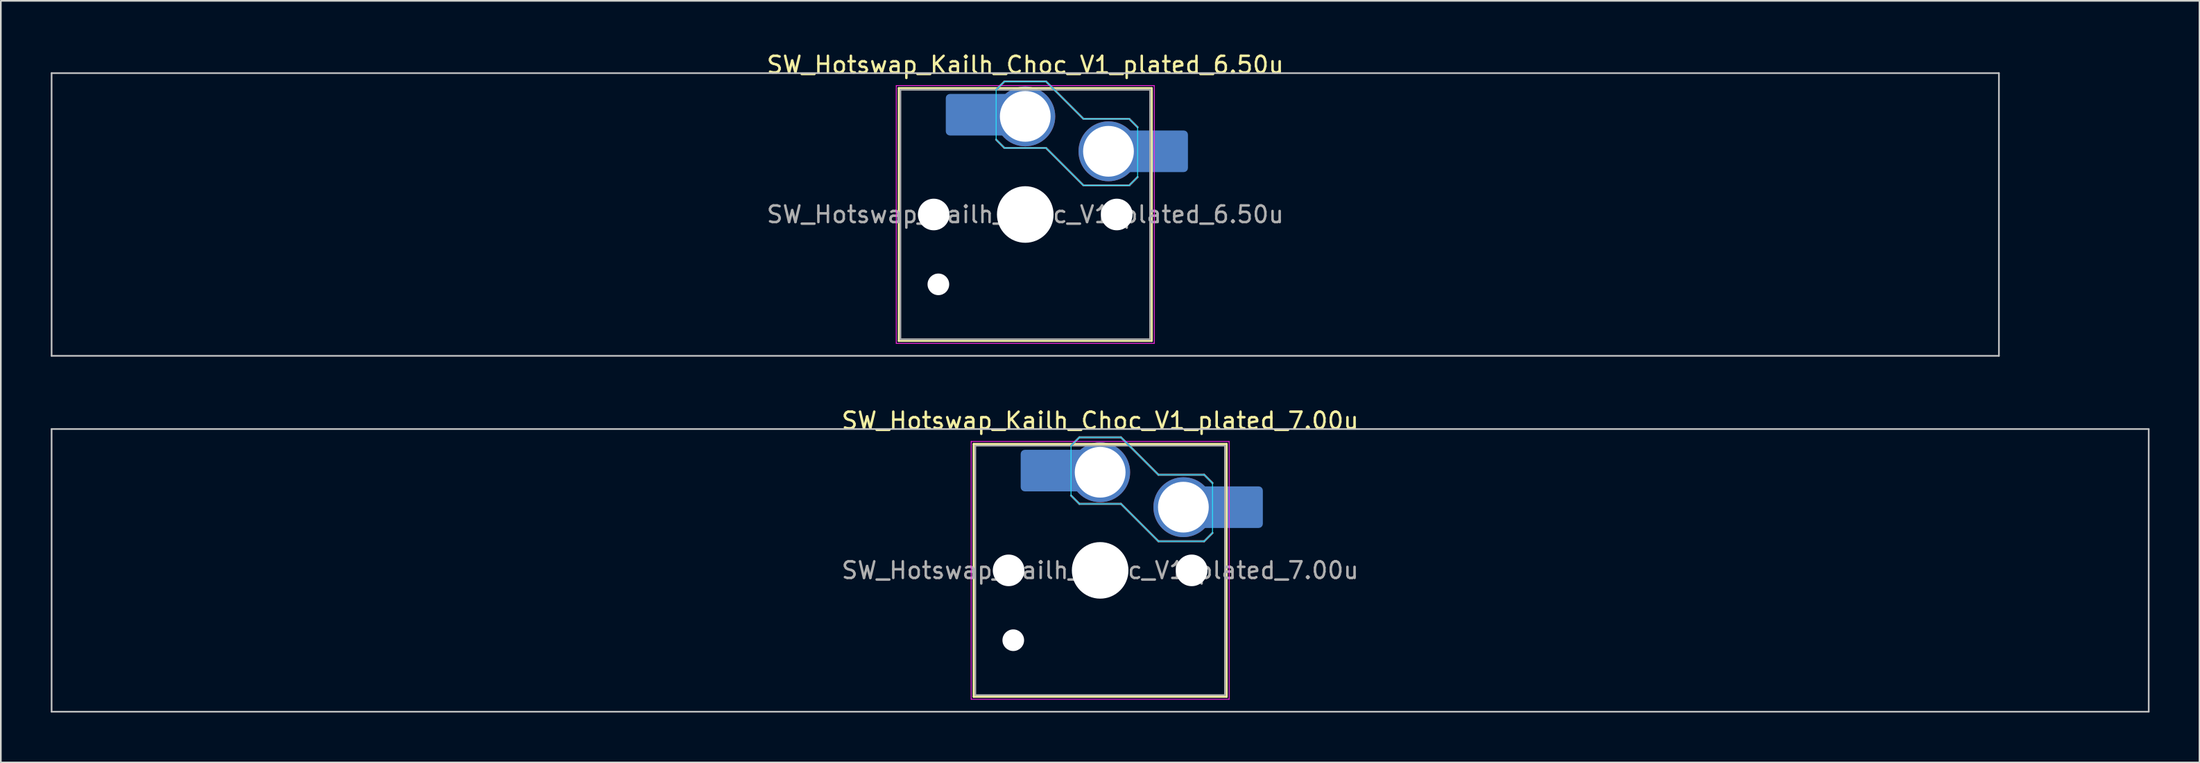
<source format=kicad_pcb>
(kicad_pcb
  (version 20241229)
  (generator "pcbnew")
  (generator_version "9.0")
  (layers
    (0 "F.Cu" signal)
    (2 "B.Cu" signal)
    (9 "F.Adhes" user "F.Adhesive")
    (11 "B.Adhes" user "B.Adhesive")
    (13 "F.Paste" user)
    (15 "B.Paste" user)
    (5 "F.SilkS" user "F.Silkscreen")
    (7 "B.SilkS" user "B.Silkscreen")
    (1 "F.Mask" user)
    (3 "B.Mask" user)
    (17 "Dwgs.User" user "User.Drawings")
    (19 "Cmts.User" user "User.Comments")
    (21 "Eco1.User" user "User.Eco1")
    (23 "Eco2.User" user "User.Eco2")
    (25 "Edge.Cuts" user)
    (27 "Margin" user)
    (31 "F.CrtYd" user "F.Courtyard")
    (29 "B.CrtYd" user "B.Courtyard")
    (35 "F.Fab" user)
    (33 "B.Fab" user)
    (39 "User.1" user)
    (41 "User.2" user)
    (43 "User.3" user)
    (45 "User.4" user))
  (footprint "SW_Hotswap_Kailh_Choc_V1_plated_6.50u"
    (layer "F.Cu")
    (at 58.55 9.848)
    (property "Reference" "SW_Hotswap_Kailh_Choc_V1_plated_6.50u" (at 0 -9 0) (layer "F.SilkS") (effects (font (size 1 1) (thickness 0.15))))
    (attr smd)
    (fp_line (start -7.6 -7.6) (end -7.6 7.6) (stroke (width 0.12) (type solid)) (layer "F.SilkS"))
    (fp_line (start -7.6 7.6) (end 7.6 7.6) (stroke (width 0.12) (type solid)) (layer "F.SilkS"))
    (fp_line (start 7.6 -7.6) (end -7.6 -7.6) (stroke (width 0.12) (type solid)) (layer "F.SilkS"))
    (fp_line (start 7.6 7.6) (end 7.6 -7.6) (stroke (width 0.12) (type solid)) (layer "F.SilkS"))
    (fp_line (start -1.75 -7.5) (end -1.25 -8) (stroke (width 0.12) (type solid)) (layer "B.SilkS"))
    (fp_line (start -1.25 -8) (end 1.25 -8) (stroke (width 0.12) (type solid)) (layer "B.SilkS"))
    (fp_line (start -1.25 -4) (end -1.75 -4.5) (stroke (width 0.12) (type solid)) (layer "B.SilkS"))
    (fp_line (start 1.25 -8) (end 3.5 -5.75) (stroke (width 0.12) (type solid)) (layer "B.SilkS"))
    (fp_line (start 1.25 -4) (end -1.25 -4) (stroke (width 0.12) (type solid)) (layer "B.SilkS"))
    (fp_line (start 3.5 -5.75) (end 6.25 -5.75) (stroke (width 0.12) (type solid)) (layer "B.SilkS"))
    (fp_line (start 3.5 -1.75) (end 1.25 -4) (stroke (width 0.12) (type solid)) (layer "B.SilkS"))
    (fp_line (start 6.25 -5.75) (end 6.75 -5.25) (stroke (width 0.12) (type solid)) (layer "B.SilkS"))
    (fp_line (start 6.25 -1.75) (end 3.5 -1.75) (stroke (width 0.12) (type solid)) (layer "B.SilkS"))
    (fp_line (start 6.75 -2.25) (end 6.25 -1.75) (stroke (width 0.12) (type solid)) (layer "B.SilkS"))
    (fp_line (start -58.5 -8.5) (end -58.5 8.5) (stroke (width 0.1) (type solid)) (layer "Dwgs.User"))
    (fp_line (start -58.5 8.5) (end 58.5 8.5) (stroke (width 0.1) (type solid)) (layer "Dwgs.User"))
    (fp_line (start 58.5 -8.5) (end -58.5 -8.5) (stroke (width 0.1) (type solid)) (layer "Dwgs.User"))
    (fp_line (start 58.5 8.5) (end 58.5 -8.5) (stroke (width 0.1) (type solid)) (layer "Dwgs.User"))
    (fp_line (start -7.25 -7.25) (end -7.25 7.25) (stroke (width 0.1) (type solid)) (layer "Eco1.User"))
    (fp_line (start -7.25 7.25) (end 7.25 7.25) (stroke (width 0.1) (type solid)) (layer "Eco1.User"))
    (fp_line (start 7.25 -7.25) (end -7.25 -7.25) (stroke (width 0.1) (type solid)) (layer "Eco1.User"))
    (fp_line (start 7.25 7.25) (end 7.25 -7.25) (stroke (width 0.1) (type solid)) (layer "Eco1.User"))
    (fp_line (start -1.75 -7.5) (end -1.25 -8) (stroke (width 0.05) (type solid)) (layer "B.CrtYd"))
    (fp_line (start -1.75 -4.5) (end -1.75 -7.5) (stroke (width 0.05) (type solid)) (layer "B.CrtYd"))
    (fp_line (start -1.25 -8) (end 1.25 -8) (stroke (width 0.05) (type solid)) (layer "B.CrtYd"))
    (fp_line (start -1.25 -4) (end -1.75 -4.5) (stroke (width 0.05) (type solid)) (layer "B.CrtYd"))
    (fp_line (start 1.25 -8) (end 3.5 -5.75) (stroke (width 0.05) (type solid)) (layer "B.CrtYd"))
    (fp_line (start 1.25 -4) (end -1.25 -4) (stroke (width 0.05) (type solid)) (layer "B.CrtYd"))
    (fp_line (start 3.5 -5.75) (end 6.25 -5.75) (stroke (width 0.05) (type solid)) (layer "B.CrtYd"))
    (fp_line (start 3.5 -1.75) (end 1.25 -4) (stroke (width 0.05) (type solid)) (layer "B.CrtYd"))
    (fp_line (start 6.25 -5.75) (end 6.75 -5.25) (stroke (width 0.05) (type solid)) (layer "B.CrtYd"))
    (fp_line (start 6.25 -1.75) (end 3.5 -1.75) (stroke (width 0.05) (type solid)) (layer "B.CrtYd"))
    (fp_line (start 6.75 -5.25) (end 6.75 -2.25) (stroke (width 0.05) (type solid)) (layer "B.CrtYd"))
    (fp_line (start 6.75 -2.25) (end 6.25 -1.75) (stroke (width 0.05) (type solid)) (layer "B.CrtYd"))
    (fp_line (start -7.75 -7.75) (end -7.75 7.75) (stroke (width 0.05) (type solid)) (layer "F.CrtYd"))
    (fp_line (start -7.75 7.75) (end 7.75 7.75) (stroke (width 0.05) (type solid)) (layer "F.CrtYd"))
    (fp_line (start 7.75 -7.75) (end -7.75 -7.75) (stroke (width 0.05) (type solid)) (layer "F.CrtYd"))
    (fp_line (start 7.75 7.75) (end 7.75 -7.75) (stroke (width 0.05) (type solid)) (layer "F.CrtYd"))
    (fp_line (start -1.75 -7.5) (end -1.25 -8) (stroke (width 0.1) (type solid)) (layer "B.Fab"))
    (fp_line (start -1.25 -8) (end 1.25 -8) (stroke (width 0.1) (type solid)) (layer "B.Fab"))
    (fp_line (start -1.25 -4) (end -1.75 -4.5) (stroke (width 0.1) (type solid)) (layer "B.Fab"))
    (fp_line (start 1.25 -8) (end 3.5 -5.75) (stroke (width 0.1) (type solid)) (layer "B.Fab"))
    (fp_line (start 1.25 -4) (end -1.25 -4) (stroke (width 0.1) (type solid)) (layer "B.Fab"))
    (fp_line (start 3.5 -5.75) (end 6.25 -5.75) (stroke (width 0.1) (type solid)) (layer "B.Fab"))
    (fp_line (start 3.5 -1.75) (end 1.25 -4) (stroke (width 0.1) (type solid)) (layer "B.Fab"))
    (fp_line (start 6.25 -5.75) (end 6.75 -5.25) (stroke (width 0.1) (type solid)) (layer "B.Fab"))
    (fp_line (start 6.25 -1.75) (end 3.5 -1.75) (stroke (width 0.1) (type solid)) (layer "B.Fab"))
    (fp_line (start 6.75 -2.25) (end 6.25 -1.75) (stroke (width 0.1) (type solid)) (layer "B.Fab"))
    (fp_line (start -7.5 -7.5) (end -7.5 7.5) (stroke (width 0.1) (type solid)) (layer "F.Fab"))
    (fp_line (start -7.5 7.5) (end 7.5 7.5) (stroke (width 0.1) (type solid)) (layer "F.Fab"))
    (fp_line (start 7.5 -7.5) (end -7.5 -7.5) (stroke (width 0.1) (type solid)) (layer "F.Fab"))
    (fp_line (start 7.5 7.5) (end 7.5 -7.5) (stroke (width 0.1) (type solid)) (layer "F.Fab"))
    (fp_text user "${REFERENCE}" (at 0 0 0) (layer "F.Fab") (effects (font (size 1 1) (thickness 0.15))))
    (pad "" np_thru_hole circle (at -5.5 0) (size 1.9 1.9) (drill 1.9) (layers "*.Cu" "*.Mask"))
    (pad "" np_thru_hole circle (at -5.22 4.2) (size 1.3 1.3) (drill 1.3) (layers "*.Cu" "*.Mask"))
    (pad "" smd roundrect (at -3.5 -6) (size 2.55 2.5) (layers "B.Mask" "B.Paste") (roundrect_rratio 0.1))
    (pad "" np_thru_hole circle (at 0 0) (size 3.4 3.4) (drill 3.4) (layers "*.Cu" "*.Mask"))
    (pad "" np_thru_hole circle (at 5.5 0) (size 1.9 1.9) (drill 1.9) (layers "*.Cu" "*.Mask"))
    (pad "" smd roundrect (at 8.5 -3.8) (size 2.55 2.5) (layers "B.Mask" "B.Paste") (roundrect_rratio 0.1))
    (pad "1" smd roundrect (at -2.85 -6) (size 3.85 2.5) (layers "B.Cu") (roundrect_rratio 0.1))
    (pad "1" thru_hole circle (at 0 -5.9) (size 3.6 3.6) (drill 3.05) (layers "*.Cu" "B.Mask"))
    (pad "2" thru_hole circle (at 5 -3.8) (size 3.6 3.6) (drill 3.05) (layers "*.Cu" "B.Mask"))
    (pad "2" smd roundrect (at 7.85 -3.8) (size 3.85 2.5) (layers "B.Cu") (roundrect_rratio 0.1)))
  (footprint "SW_Hotswap_Kailh_Choc_V1_plated_7.00u"
    (layer "F.Cu")
    (at 63.05 31.247)
    (property "Reference" "SW_Hotswap_Kailh_Choc_V1_plated_7.00u" (at 0 -9 0) (layer "F.SilkS") (effects (font (size 1 1) (thickness 0.15))))
    (attr smd)
    (fp_line (start -7.6 -7.6) (end -7.6 7.6) (stroke (width 0.12) (type solid)) (layer "F.SilkS"))
    (fp_line (start -7.6 7.6) (end 7.6 7.6) (stroke (width 0.12) (type solid)) (layer "F.SilkS"))
    (fp_line (start 7.6 -7.6) (end -7.6 -7.6) (stroke (width 0.12) (type solid)) (layer "F.SilkS"))
    (fp_line (start 7.6 7.6) (end 7.6 -7.6) (stroke (width 0.12) (type solid)) (layer "F.SilkS"))
    (fp_line (start -1.75 -7.5) (end -1.25 -8) (stroke (width 0.12) (type solid)) (layer "B.SilkS"))
    (fp_line (start -1.25 -8) (end 1.25 -8) (stroke (width 0.12) (type solid)) (layer "B.SilkS"))
    (fp_line (start -1.25 -4) (end -1.75 -4.5) (stroke (width 0.12) (type solid)) (layer "B.SilkS"))
    (fp_line (start 1.25 -8) (end 3.5 -5.75) (stroke (width 0.12) (type solid)) (layer "B.SilkS"))
    (fp_line (start 1.25 -4) (end -1.25 -4) (stroke (width 0.12) (type solid)) (layer "B.SilkS"))
    (fp_line (start 3.5 -5.75) (end 6.25 -5.75) (stroke (width 0.12) (type solid)) (layer "B.SilkS"))
    (fp_line (start 3.5 -1.75) (end 1.25 -4) (stroke (width 0.12) (type solid)) (layer "B.SilkS"))
    (fp_line (start 6.25 -5.75) (end 6.75 -5.25) (stroke (width 0.12) (type solid)) (layer "B.SilkS"))
    (fp_line (start 6.25 -1.75) (end 3.5 -1.75) (stroke (width 0.12) (type solid)) (layer "B.SilkS"))
    (fp_line (start 6.75 -2.25) (end 6.25 -1.75) (stroke (width 0.12) (type solid)) (layer "B.SilkS"))
    (fp_line (start -63 -8.5) (end -63 8.5) (stroke (width 0.1) (type solid)) (layer "Dwgs.User"))
    (fp_line (start -63 8.5) (end 63 8.5) (stroke (width 0.1) (type solid)) (layer "Dwgs.User"))
    (fp_line (start 63 -8.5) (end -63 -8.5) (stroke (width 0.1) (type solid)) (layer "Dwgs.User"))
    (fp_line (start 63 8.5) (end 63 -8.5) (stroke (width 0.1) (type solid)) (layer "Dwgs.User"))
    (fp_line (start -7.25 -7.25) (end -7.25 7.25) (stroke (width 0.1) (type solid)) (layer "Eco1.User"))
    (fp_line (start -7.25 7.25) (end 7.25 7.25) (stroke (width 0.1) (type solid)) (layer "Eco1.User"))
    (fp_line (start 7.25 -7.25) (end -7.25 -7.25) (stroke (width 0.1) (type solid)) (layer "Eco1.User"))
    (fp_line (start 7.25 7.25) (end 7.25 -7.25) (stroke (width 0.1) (type solid)) (layer "Eco1.User"))
    (fp_line (start -1.75 -7.5) (end -1.25 -8) (stroke (width 0.05) (type solid)) (layer "B.CrtYd"))
    (fp_line (start -1.75 -4.5) (end -1.75 -7.5) (stroke (width 0.05) (type solid)) (layer "B.CrtYd"))
    (fp_line (start -1.25 -8) (end 1.25 -8) (stroke (width 0.05) (type solid)) (layer "B.CrtYd"))
    (fp_line (start -1.25 -4) (end -1.75 -4.5) (stroke (width 0.05) (type solid)) (layer "B.CrtYd"))
    (fp_line (start 1.25 -8) (end 3.5 -5.75) (stroke (width 0.05) (type solid)) (layer "B.CrtYd"))
    (fp_line (start 1.25 -4) (end -1.25 -4) (stroke (width 0.05) (type solid)) (layer "B.CrtYd"))
    (fp_line (start 3.5 -5.75) (end 6.25 -5.75) (stroke (width 0.05) (type solid)) (layer "B.CrtYd"))
    (fp_line (start 3.5 -1.75) (end 1.25 -4) (stroke (width 0.05) (type solid)) (layer "B.CrtYd"))
    (fp_line (start 6.25 -5.75) (end 6.75 -5.25) (stroke (width 0.05) (type solid)) (layer "B.CrtYd"))
    (fp_line (start 6.25 -1.75) (end 3.5 -1.75) (stroke (width 0.05) (type solid)) (layer "B.CrtYd"))
    (fp_line (start 6.75 -5.25) (end 6.75 -2.25) (stroke (width 0.05) (type solid)) (layer "B.CrtYd"))
    (fp_line (start 6.75 -2.25) (end 6.25 -1.75) (stroke (width 0.05) (type solid)) (layer "B.CrtYd"))
    (fp_line (start -7.75 -7.75) (end -7.75 7.75) (stroke (width 0.05) (type solid)) (layer "F.CrtYd"))
    (fp_line (start -7.75 7.75) (end 7.75 7.75) (stroke (width 0.05) (type solid)) (layer "F.CrtYd"))
    (fp_line (start 7.75 -7.75) (end -7.75 -7.75) (stroke (width 0.05) (type solid)) (layer "F.CrtYd"))
    (fp_line (start 7.75 7.75) (end 7.75 -7.75) (stroke (width 0.05) (type solid)) (layer "F.CrtYd"))
    (fp_line (start -1.75 -7.5) (end -1.25 -8) (stroke (width 0.1) (type solid)) (layer "B.Fab"))
    (fp_line (start -1.25 -8) (end 1.25 -8) (stroke (width 0.1) (type solid)) (layer "B.Fab"))
    (fp_line (start -1.25 -4) (end -1.75 -4.5) (stroke (width 0.1) (type solid)) (layer "B.Fab"))
    (fp_line (start 1.25 -8) (end 3.5 -5.75) (stroke (width 0.1) (type solid)) (layer "B.Fab"))
    (fp_line (start 1.25 -4) (end -1.25 -4) (stroke (width 0.1) (type solid)) (layer "B.Fab"))
    (fp_line (start 3.5 -5.75) (end 6.25 -5.75) (stroke (width 0.1) (type solid)) (layer "B.Fab"))
    (fp_line (start 3.5 -1.75) (end 1.25 -4) (stroke (width 0.1) (type solid)) (layer "B.Fab"))
    (fp_line (start 6.25 -5.75) (end 6.75 -5.25) (stroke (width 0.1) (type solid)) (layer "B.Fab"))
    (fp_line (start 6.25 -1.75) (end 3.5 -1.75) (stroke (width 0.1) (type solid)) (layer "B.Fab"))
    (fp_line (start 6.75 -2.25) (end 6.25 -1.75) (stroke (width 0.1) (type solid)) (layer "B.Fab"))
    (fp_line (start -7.5 -7.5) (end -7.5 7.5) (stroke (width 0.1) (type solid)) (layer "F.Fab"))
    (fp_line (start -7.5 7.5) (end 7.5 7.5) (stroke (width 0.1) (type solid)) (layer "F.Fab"))
    (fp_line (start 7.5 -7.5) (end -7.5 -7.5) (stroke (width 0.1) (type solid)) (layer "F.Fab"))
    (fp_line (start 7.5 7.5) (end 7.5 -7.5) (stroke (width 0.1) (type solid)) (layer "F.Fab"))
    (fp_text user "${REFERENCE}" (at 0 0 0) (layer "F.Fab") (effects (font (size 1 1) (thickness 0.15))))
    (pad "" np_thru_hole circle (at -5.5 0) (size 1.9 1.9) (drill 1.9) (layers "*.Cu" "*.Mask"))
    (pad "" np_thru_hole circle (at -5.22 4.2) (size 1.3 1.3) (drill 1.3) (layers "*.Cu" "*.Mask"))
    (pad "" smd roundrect (at -3.5 -6) (size 2.55 2.5) (layers "B.Mask" "B.Paste") (roundrect_rratio 0.1))
    (pad "" np_thru_hole circle (at 0 0) (size 3.4 3.4) (drill 3.4) (layers "*.Cu" "*.Mask"))
    (pad "" np_thru_hole circle (at 5.5 0) (size 1.9 1.9) (drill 1.9) (layers "*.Cu" "*.Mask"))
    (pad "" smd roundrect (at 8.5 -3.8) (size 2.55 2.5) (layers "B.Mask" "B.Paste") (roundrect_rratio 0.1))
    (pad "1" smd roundrect (at -2.85 -6) (size 3.85 2.5) (layers "B.Cu") (roundrect_rratio 0.1))
    (pad "1" thru_hole circle (at 0 -5.9) (size 3.6 3.6) (drill 3.05) (layers "*.Cu" "B.Mask"))
    (pad "2" thru_hole circle (at 5 -3.8) (size 3.6 3.6) (drill 3.05) (layers "*.Cu" "B.Mask"))
    (pad "2" smd roundrect (at 7.85 -3.8) (size 3.85 2.5) (layers "B.Cu") (roundrect_rratio 0.1)))
  (gr_rect
    (start -3 -3)
    (end 129.1 42.797)
    (stroke (width 0.1) (type default))
    (fill no)
    (layer "Edge.Cuts")))
</source>
